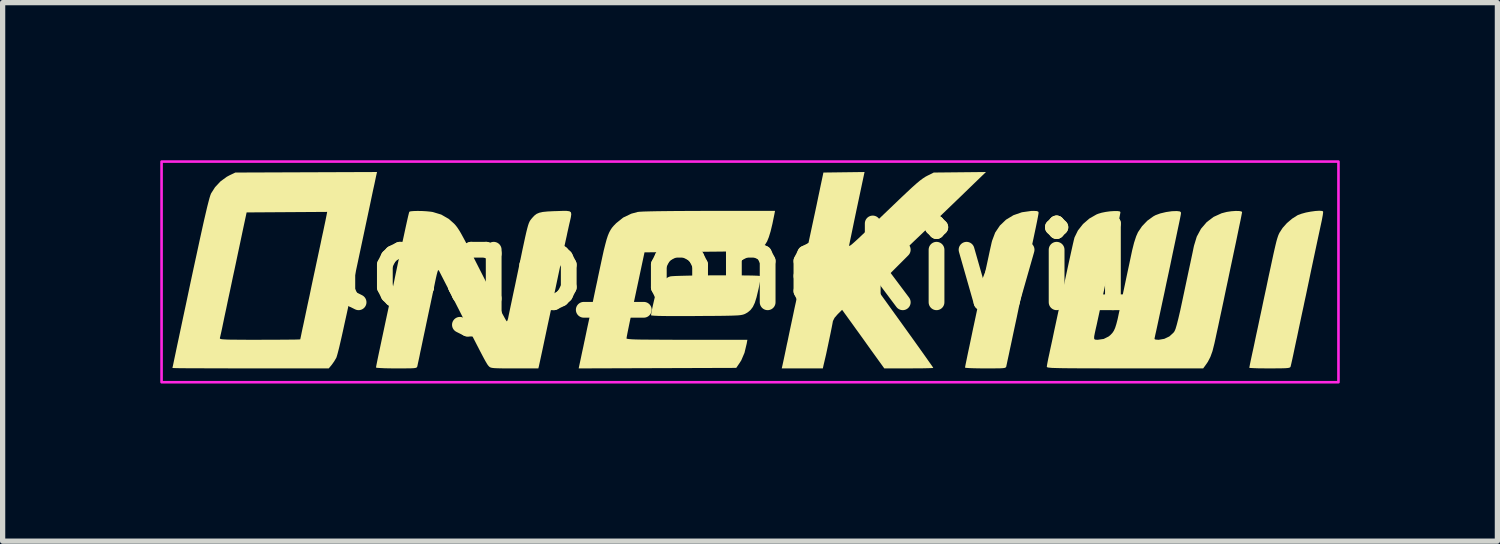
<source format=kicad_pcb>
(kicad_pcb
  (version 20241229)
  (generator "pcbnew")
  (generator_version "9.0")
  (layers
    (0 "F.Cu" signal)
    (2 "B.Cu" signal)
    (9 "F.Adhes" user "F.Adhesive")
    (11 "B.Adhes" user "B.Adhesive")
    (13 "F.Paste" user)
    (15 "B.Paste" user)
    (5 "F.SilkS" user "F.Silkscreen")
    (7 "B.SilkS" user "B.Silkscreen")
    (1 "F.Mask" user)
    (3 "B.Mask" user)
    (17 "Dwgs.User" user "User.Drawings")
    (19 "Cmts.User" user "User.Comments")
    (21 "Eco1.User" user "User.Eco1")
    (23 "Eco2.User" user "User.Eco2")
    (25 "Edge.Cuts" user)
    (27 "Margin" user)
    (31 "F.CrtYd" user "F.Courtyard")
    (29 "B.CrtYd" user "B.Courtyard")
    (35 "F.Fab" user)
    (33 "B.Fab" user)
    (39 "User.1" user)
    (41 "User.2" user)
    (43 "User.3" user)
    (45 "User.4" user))
  (footprint "logo_onekiwi1"
    (layer "F.Cu")
    (at 11.025 2.025)
    (property "Reference" "logo_onekiwi1" (at 0 0 0) (layer "F.SilkS") (effects (font (size 1.5 1.5) (thickness 0.3))))
    (fp_poly (pts (xy -0.103 0.166) (xy 0.037 0.167) (xy 0.162 0.168) (xy 0.266 0.17) (xy 0.344 0.173) (xy 0.392 0.177) (xy 0.405 0.18) (xy 0.404 0.203) (xy 0.395 0.257) (xy 0.381 0.334) (xy 0.362 0.426) (xy 0.357 0.446) (xy 0.324 0.584) (xy 0.291 0.689) (xy 0.254 0.767) (xy 0.21 0.825) (xy 0.156 0.87) (xy 0.122 0.89) (xy 0.101 0.901) (xy 0.08 0.909) (xy 0.055 0.916) (xy 0.023 0.922) (xy -0.021 0.927) (xy -0.081 0.93) (xy -0.159 0.933) (xy -0.26 0.935) (xy -0.387 0.937) (xy -0.544 0.938) (xy -0.735 0.939) (xy -0.822 0.94) (xy -1.059 0.941) (xy -1.256 0.941) (xy -1.416 0.94) (xy -1.538 0.938) (xy -1.623 0.934) (xy -1.671 0.93) (xy -1.684 0.925) (xy -1.679 0.888) (xy -1.667 0.824) (xy -1.649 0.74) (xy -1.628 0.648) (xy -1.606 0.556) (xy -1.585 0.474) (xy -1.568 0.411) (xy -1.556 0.378) (xy -1.506 0.31) (xy -1.434 0.246) (xy -1.354 0.199) (xy -1.319 0.186) (xy -1.285 0.182) (xy -1.219 0.178) (xy -1.125 0.175) (xy -1.009 0.172) (xy -0.874 0.169) (xy -0.727 0.168) (xy -0.571 0.166) (xy -0.412 0.165) (xy -0.254 0.165)) (stroke (width 0) (type solid)) (fill yes) (layer "F.SilkS"))
    (fp_poly (pts (xy 5.657 -1.058) (xy 5.685 -1.048) (xy 5.693 -1.028) (xy 5.693 -1.027) (xy 5.689 -0.999) (xy 5.678 -0.938) (xy 5.661 -0.851) (xy 5.639 -0.744) (xy 5.613 -0.621) (xy 5.595 -0.535) (xy 5.566 -0.401) (xy 5.531 -0.237) (xy 5.492 -0.054) (xy 5.451 0.141) (xy 5.409 0.339) (xy 5.369 0.529) (xy 5.351 0.613) (xy 5.314 0.786) (xy 5.278 0.96) (xy 5.242 1.127) (xy 5.209 1.281) (xy 5.181 1.415) (xy 5.158 1.522) (xy 5.146 1.577) (xy 5.125 1.678) (xy 5.105 1.769) (xy 5.09 1.841) (xy 5.08 1.886) (xy 5.079 1.893) (xy 5.075 1.908) (xy 5.066 1.919) (xy 5.048 1.927) (xy 5.016 1.932) (xy 4.964 1.935) (xy 4.886 1.936) (xy 4.779 1.937) (xy 4.681 1.937) (xy 4.562 1.936) (xy 4.459 1.934) (xy 4.375 1.931) (xy 4.318 1.927) (xy 4.292 1.922) (xy 4.292 1.921) (xy 4.296 1.899) (xy 4.307 1.843) (xy 4.325 1.756) (xy 4.348 1.644) (xy 4.377 1.509) (xy 4.409 1.356) (xy 4.444 1.188) (xy 4.482 1.011) (xy 4.521 0.827) (xy 4.561 0.64) (xy 4.601 0.455) (xy 4.639 0.276) (xy 4.676 0.106) (xy 4.71 -0.051) (xy 4.74 -0.19) (xy 4.765 -0.308) (xy 4.786 -0.401) (xy 4.8 -0.464) (xy 4.807 -0.491) (xy 4.866 -0.648) (xy 4.956 -0.782) (xy 5.073 -0.894) (xy 5.214 -0.979) (xy 5.375 -1.035) (xy 5.553 -1.06) (xy 5.598 -1.061)) (stroke (width 0) (type solid)) (fill yes) (layer "F.SilkS"))
    (fp_poly (pts (xy 11.088 -1.06) (xy 11.107 -1.051) (xy 11.108 -1.029) (xy 11.101 -0.978) (xy 11.088 -0.907) (xy 11.081 -0.871) (xy 11.017 -0.574) (xy 10.961 -0.312) (xy 10.912 -0.081) (xy 10.87 0.117) (xy 10.843 0.248) (xy 10.811 0.399) (xy 10.78 0.548) (xy 10.755 0.662) (xy 10.734 0.763) (xy 10.706 0.892) (xy 10.675 1.039) (xy 10.642 1.194) (xy 10.61 1.348) (xy 10.598 1.401) (xy 10.57 1.533) (xy 10.545 1.652) (xy 10.523 1.755) (xy 10.505 1.835) (xy 10.493 1.886) (xy 10.489 1.903) (xy 10.482 1.914) (xy 10.467 1.923) (xy 10.439 1.929) (xy 10.392 1.933) (xy 10.321 1.935) (xy 10.221 1.936) (xy 10.091 1.937) (xy 9.972 1.936) (xy 9.869 1.935) (xy 9.786 1.932) (xy 9.728 1.929) (xy 9.703 1.926) (xy 9.703 1.925) (xy 9.707 1.903) (xy 9.717 1.851) (xy 9.733 1.774) (xy 9.753 1.681) (xy 9.76 1.648) (xy 9.778 1.567) (xy 9.802 1.454) (xy 9.831 1.315) (xy 9.865 1.158) (xy 9.901 0.987) (xy 9.939 0.81) (xy 9.974 0.642) (xy 10.026 0.401) (xy 10.069 0.195) (xy 10.107 0.02) (xy 10.138 -0.125) (xy 10.164 -0.245) (xy 10.186 -0.342) (xy 10.204 -0.419) (xy 10.219 -0.48) (xy 10.232 -0.527) (xy 10.244 -0.564) (xy 10.254 -0.594) (xy 10.265 -0.619) (xy 10.276 -0.643) (xy 10.278 -0.646) (xy 10.337 -0.737) (xy 10.42 -0.83) (xy 10.518 -0.913) (xy 10.617 -0.976) (xy 10.629 -0.982) (xy 10.697 -1.007) (xy 10.781 -1.03) (xy 10.871 -1.047) (xy 10.959 -1.059) (xy 11.034 -1.064)) (stroke (width 0) (type solid)) (fill yes) (layer "F.SilkS"))
    (fp_poly (pts (xy 0.664 -0.998) (xy 0.627 -0.817) (xy 0.592 -0.672) (xy 0.558 -0.561) (xy 0.525 -0.48) (xy 0.492 -0.426) (xy 0.489 -0.423) (xy 0.465 -0.396) (xy 0.443 -0.373) (xy 0.419 -0.353) (xy 0.391 -0.337) (xy 0.354 -0.324) (xy 0.306 -0.313) (xy 0.244 -0.305) (xy 0.164 -0.299) (xy 0.063 -0.294) (xy -0.061 -0.291) (xy -0.214 -0.288) (xy -0.396 -0.286) (xy -0.613 -0.284) (xy -0.758 -0.282) (xy -1.808 -0.272) (xy -1.862 -0.019) (xy -1.922 0.264) (xy -1.975 0.512) (xy -2.02 0.724) (xy -2.058 0.903) (xy -2.089 1.05) (xy -2.113 1.167) (xy -2.131 1.256) (xy -2.143 1.318) (xy -2.149 1.354) (xy -2.151 1.365) (xy -2.146 1.371) (xy -2.129 1.375) (xy -2.097 1.379) (xy -2.047 1.383) (xy -1.978 1.386) (xy -1.886 1.388) (xy -1.768 1.389) (xy -1.622 1.39) (xy -1.445 1.391) (xy -1.235 1.392) (xy -1 1.392) (xy 0.15 1.392) (xy 0.137 1.465) (xy 0.095 1.64) (xy 0.034 1.783) (xy 0.003 1.832) (xy -0.062 1.927) (xy -1.562 1.932) (xy -3.061 1.937) (xy -3.033 1.805) (xy -3.018 1.735) (xy -2.998 1.639) (xy -2.974 1.529) (xy -2.951 1.418) (xy -2.949 1.411) (xy -2.925 1.296) (xy -2.896 1.157) (xy -2.864 1.01) (xy -2.834 0.869) (xy -2.823 0.817) (xy -2.794 0.681) (xy -2.763 0.532) (xy -2.732 0.385) (xy -2.704 0.256) (xy -2.696 0.214) (xy -2.652 0.008) (xy -2.615 -0.165) (xy -2.584 -0.307) (xy -2.555 -0.422) (xy -2.53 -0.515) (xy -2.506 -0.589) (xy -2.481 -0.649) (xy -2.455 -0.698) (xy -2.427 -0.74) (xy -2.394 -0.779) (xy -2.356 -0.818) (xy -2.346 -0.828) (xy -2.214 -0.934) (xy -2.059 -1.008) (xy -1.937 -1.041) (xy -1.896 -1.045) (xy -1.819 -1.049) (xy -1.707 -1.052) (xy -1.563 -1.055) (xy -1.39 -1.057) (xy -1.189 -1.059) (xy -0.964 -1.06) (xy -0.717 -1.061) (xy -0.579 -1.061) (xy 0.676 -1.061)) (stroke (width 0) (type solid)) (fill yes) (layer "F.SilkS"))
    (fp_poly (pts (xy 2.323 -1.533) (xy 2.27 -1.283) (xy 2.223 -1.062) (xy 2.183 -0.871) (xy 2.15 -0.711) (xy 2.124 -0.586) (xy 2.105 -0.495) (xy 2.094 -0.44) (xy 2.092 -0.433) (xy 2.089 -0.418) (xy 2.087 -0.405) (xy 2.087 -0.397) (xy 2.092 -0.394) (xy 2.104 -0.4) (xy 2.125 -0.414) (xy 2.156 -0.44) (xy 2.2 -0.479) (xy 2.258 -0.532) (xy 2.332 -0.602) (xy 2.425 -0.69) (xy 2.537 -0.797) (xy 2.672 -0.926) (xy 2.831 -1.078) (xy 3.016 -1.255) (xy 3.046 -1.284) (xy 3.174 -1.405) (xy 3.278 -1.502) (xy 3.363 -1.578) (xy 3.432 -1.636) (xy 3.49 -1.679) (xy 3.539 -1.711) (xy 3.571 -1.728) (xy 3.697 -1.791) (xy 4.194 -1.796) (xy 4.691 -1.801) (xy 4.525 -1.641) (xy 4.212 -1.338) (xy 3.871 -1.01) (xy 3.501 -0.656) (xy 3.446 -0.603) (xy 3.324 -0.487) (xy 3.196 -0.364) (xy 3.069 -0.241) (xy 2.949 -0.126) (xy 2.845 -0.026) (xy 2.779 0.039) (xy 2.519 0.292) (xy 2.701 0.545) (xy 2.883 0.798) (xy 3.049 1.028) (xy 3.197 1.234) (xy 3.327 1.415) (xy 3.438 1.571) (xy 3.53 1.7) (xy 3.601 1.801) (xy 3.652 1.873) (xy 3.681 1.915) (xy 3.688 1.927) (xy 3.67 1.93) (xy 3.618 1.932) (xy 3.537 1.934) (xy 3.434 1.936) (xy 3.313 1.936) (xy 3.222 1.937) (xy 2.756 1.937) (xy 2.575 1.686) (xy 2.502 1.585) (xy 2.427 1.48) (xy 2.358 1.383) (xy 2.301 1.304) (xy 2.287 1.284) (xy 2.223 1.196) (xy 2.15 1.094) (xy 2.081 0.999) (xy 2.066 0.978) (xy 1.953 0.822) (xy 1.869 0.905) (xy 1.809 0.974) (xy 1.778 1.036) (xy 1.776 1.048) (xy 1.768 1.091) (xy 1.754 1.163) (xy 1.735 1.257) (xy 1.713 1.362) (xy 1.69 1.471) (xy 1.668 1.575) (xy 1.649 1.665) (xy 1.633 1.734) (xy 1.627 1.759) (xy 1.612 1.823) (xy 1.598 1.881) (xy 1.598 1.883) (xy 1.586 1.937) (xy 1.195 1.937) (xy 0.804 1.937) (xy 0.814 1.893) (xy 0.821 1.862) (xy 0.835 1.798) (xy 0.854 1.709) (xy 0.877 1.6) (xy 0.902 1.478) (xy 0.915 1.421) (xy 0.944 1.28) (xy 0.974 1.138) (xy 1.003 1.002) (xy 1.028 0.884) (xy 1.047 0.792) (xy 1.05 0.779) (xy 1.073 0.675) (xy 1.099 0.55) (xy 1.128 0.416) (xy 1.154 0.291) (xy 1.156 0.282) (xy 1.208 0.04) (xy 1.262 -0.214) (xy 1.316 -0.466) (xy 1.367 -0.705) (xy 1.412 -0.915) (xy 1.439 -1.04) (xy 1.47 -1.186) (xy 1.501 -1.336) (xy 1.53 -1.473) (xy 1.533 -1.489) (xy 1.597 -1.791) (xy 1.988 -1.796) (xy 2.38 -1.801)) (stroke (width 0) (type solid)) (fill yes) (layer "F.SilkS"))
    (fp_poly (pts (xy -6.909 -1.757) (xy -6.916 -1.727) (xy -6.929 -1.665) (xy -6.948 -1.574) (xy -6.973 -1.461) (xy -7.001 -1.329) (xy -7.031 -1.185) (xy -7.045 -1.119) (xy -7.128 -0.729) (xy -7.203 -0.376) (xy -7.271 -0.057) (xy -7.332 0.229) (xy -7.387 0.484) (xy -7.435 0.709) (xy -7.478 0.907) (xy -7.516 1.078) (xy -7.548 1.226) (xy -7.576 1.351) (xy -7.6 1.455) (xy -7.62 1.54) (xy -7.637 1.607) (xy -7.651 1.66) (xy -7.662 1.698) (xy -7.67 1.724) (xy -7.676 1.738) (xy -7.715 1.804) (xy -7.759 1.866) (xy -7.767 1.876) (xy -7.818 1.937) (xy -9.305 1.937) (xy -9.542 1.937) (xy -9.767 1.936) (xy -9.978 1.936) (xy -10.171 1.935) (xy -10.343 1.934) (xy -10.492 1.934) (xy -10.614 1.933) (xy -10.707 1.932) (xy -10.767 1.93) (xy -10.792 1.929) (xy -10.793 1.929) (xy -10.789 1.909) (xy -10.777 1.854) (xy -10.759 1.767) (xy -10.734 1.649) (xy -10.704 1.505) (xy -10.674 1.366) (xy -9.89 1.366) (xy -9.884 1.373) (xy -9.868 1.379) (xy -9.838 1.383) (xy -9.792 1.386) (xy -9.724 1.389) (xy -9.633 1.39) (xy -9.513 1.391) (xy -9.363 1.392) (xy -9.178 1.392) (xy -9.13 1.392) (xy -8.961 1.391) (xy -8.805 1.391) (xy -8.666 1.39) (xy -8.548 1.389) (xy -8.455 1.388) (xy -8.391 1.386) (xy -8.361 1.384) (xy -8.36 1.384) (xy -8.356 1.363) (xy -8.345 1.312) (xy -8.33 1.238) (xy -8.311 1.148) (xy -8.31 1.146) (xy -8.291 1.057) (xy -8.27 0.958) (xy -8.246 0.844) (xy -8.218 0.711) (xy -8.184 0.555) (xy -8.146 0.371) (xy -8.1 0.155) (xy -8.077 0.049) (xy -8.057 -0.046) (xy -8.031 -0.167) (xy -8.002 -0.303) (xy -7.972 -0.443) (xy -7.951 -0.545) (xy -7.925 -0.664) (xy -7.902 -0.774) (xy -7.882 -0.868) (xy -7.868 -0.938) (xy -7.86 -0.978) (xy -7.86 -0.978) (xy -7.848 -1.042) (xy -8.615 -1.037) (xy -9.381 -1.032) (xy -9.454 -0.691) (xy -9.502 -0.462) (xy -9.544 -0.265) (xy -9.58 -0.094) (xy -9.612 0.057) (xy -9.642 0.195) (xy -9.669 0.324) (xy -9.696 0.452) (xy -9.712 0.526) (xy -9.74 0.657) (xy -9.769 0.797) (xy -9.798 0.931) (xy -9.822 1.047) (xy -9.831 1.09) (xy -9.85 1.183) (xy -9.868 1.265) (xy -9.882 1.326) (xy -9.89 1.358) (xy -9.89 1.366) (xy -10.674 1.366) (xy -10.668 1.337) (xy -10.628 1.148) (xy -10.584 0.94) (xy -10.536 0.716) (xy -10.486 0.479) (xy -10.452 0.318) (xy -10.386 0.01) (xy -10.327 -0.261) (xy -10.276 -0.498) (xy -10.231 -0.703) (xy -10.192 -0.878) (xy -10.158 -1.024) (xy -10.13 -1.143) (xy -10.106 -1.237) (xy -10.087 -1.308) (xy -10.071 -1.359) (xy -10.059 -1.39) (xy -10.059 -1.391) (xy -9.982 -1.512) (xy -9.879 -1.622) (xy -9.761 -1.709) (xy -9.707 -1.738) (xy -9.596 -1.791) (xy -8.247 -1.796) (xy -6.899 -1.801)) (stroke (width 0) (type solid)) (fill yes) (layer "F.SilkS"))
    (fp_poly (pts (xy -3.237 -1.054) (xy -3.209 -1.035) (xy -3.202 -0.998) (xy -3.21 -0.94) (xy -3.229 -0.856) (xy -3.24 -0.81) (xy -3.25 -0.765) (xy -3.261 -0.714) (xy -3.274 -0.657) (xy -3.288 -0.589) (xy -3.306 -0.508) (xy -3.327 -0.412) (xy -3.351 -0.296) (xy -3.38 -0.16) (xy -3.415 0.001) (xy -3.455 0.189) (xy -3.501 0.407) (xy -3.554 0.658) (xy -3.61 0.923) (xy -3.65 1.108) (xy -3.687 1.283) (xy -3.721 1.443) (xy -3.751 1.585) (xy -3.777 1.705) (xy -3.797 1.798) (xy -3.811 1.861) (xy -3.817 1.891) (xy -3.817 1.891) (xy -3.829 1.937) (xy -4.281 1.937) (xy -4.425 1.937) (xy -4.535 1.936) (xy -4.616 1.934) (xy -4.674 1.931) (xy -4.713 1.926) (xy -4.739 1.919) (xy -4.757 1.909) (xy -4.771 1.896) (xy -4.773 1.893) (xy -4.785 1.88) (xy -4.798 1.862) (xy -4.814 1.836) (xy -4.835 1.8) (xy -4.862 1.751) (xy -4.896 1.687) (xy -4.939 1.605) (xy -4.992 1.502) (xy -5.057 1.376) (xy -5.135 1.224) (xy -5.227 1.044) (xy -5.334 0.832) (xy -5.381 0.74) (xy -5.457 0.591) (xy -5.526 0.454) (xy -5.589 0.332) (xy -5.642 0.229) (xy -5.683 0.149) (xy -5.711 0.094) (xy -5.724 0.071) (xy -5.725 0.07) (xy -5.732 0.066) (xy -5.74 0.075) (xy -5.749 0.101) (xy -5.762 0.149) (xy -5.779 0.223) (xy -5.801 0.328) (xy -5.818 0.409) (xy -5.848 0.552) (xy -5.882 0.713) (xy -5.917 0.877) (xy -5.948 1.024) (xy -5.956 1.061) (xy -5.983 1.191) (xy -6.013 1.331) (xy -6.041 1.465) (xy -6.065 1.58) (xy -6.073 1.615) (xy -6.092 1.71) (xy -6.11 1.794) (xy -6.124 1.858) (xy -6.131 1.893) (xy -6.136 1.908) (xy -6.144 1.919) (xy -6.163 1.927) (xy -6.195 1.932) (xy -6.248 1.935) (xy -6.325 1.936) (xy -6.433 1.937) (xy -6.53 1.937) (xy -6.649 1.936) (xy -6.752 1.934) (xy -6.836 1.93) (xy -6.893 1.926) (xy -6.919 1.921) (xy -6.919 1.92) (xy -6.915 1.897) (xy -6.904 1.841) (xy -6.887 1.756) (xy -6.864 1.646) (xy -6.836 1.515) (xy -6.805 1.368) (xy -6.772 1.214) (xy -6.735 1.039) (xy -6.697 0.862) (xy -6.66 0.689) (xy -6.626 0.528) (xy -6.596 0.386) (xy -6.571 0.27) (xy -6.56 0.214) (xy -6.512 -0.015) (xy -6.466 -0.228) (xy -6.425 -0.423) (xy -6.387 -0.596) (xy -6.355 -0.745) (xy -6.328 -0.867) (xy -6.307 -0.96) (xy -6.292 -1.019) (xy -6.285 -1.044) (xy -6.285 -1.044) (xy -6.26 -1.053) (xy -6.206 -1.058) (xy -6.132 -1.06) (xy -6.047 -1.059) (xy -5.959 -1.054) (xy -5.879 -1.046) (xy -5.839 -1.04) (xy -5.677 -0.991) (xy -5.533 -0.908) (xy -5.434 -0.82) (xy -5.413 -0.798) (xy -5.394 -0.775) (xy -5.373 -0.748) (xy -5.351 -0.715) (xy -5.324 -0.673) (xy -5.293 -0.619) (xy -5.256 -0.551) (xy -5.211 -0.467) (xy -5.157 -0.363) (xy -5.092 -0.237) (xy -5.016 -0.087) (xy -4.926 0.09) (xy -4.821 0.296) (xy -4.701 0.535) (xy -4.698 0.54) (xy -4.633 0.668) (xy -4.573 0.784) (xy -4.52 0.884) (xy -4.477 0.963) (xy -4.447 1.016) (xy -4.431 1.04) (xy -4.429 1.041) (xy -4.416 1.024) (xy -4.404 0.983) (xy -4.403 0.978) (xy -4.395 0.937) (xy -4.38 0.866) (xy -4.361 0.774) (xy -4.339 0.671) (xy -4.331 0.633) (xy -4.303 0.5) (xy -4.271 0.351) (xy -4.24 0.202) (xy -4.214 0.078) (xy -4.17 -0.132) (xy -4.134 -0.307) (xy -4.103 -0.451) (xy -4.078 -0.567) (xy -4.057 -0.659) (xy -4.039 -0.731) (xy -4.024 -0.785) (xy -4.01 -0.826) (xy -3.997 -0.856) (xy -3.983 -0.88) (xy -3.968 -0.9) (xy -3.951 -0.921) (xy -3.945 -0.928) (xy -3.905 -0.971) (xy -3.862 -1.004) (xy -3.81 -1.026) (xy -3.743 -1.041) (xy -3.653 -1.05) (xy -3.533 -1.056) (xy -3.489 -1.057) (xy -3.372 -1.061) (xy -3.29 -1.061)) (stroke (width 0) (type solid)) (fill yes) (layer "F.SilkS"))
    (fp_poly (pts (xy 9.508 -1.059) (xy 9.552 -1.051) (xy 9.566 -1.039) (xy 9.562 -1.017) (xy 9.551 -0.96) (xy 9.534 -0.874) (xy 9.51 -0.761) (xy 9.482 -0.625) (xy 9.45 -0.47) (xy 9.414 -0.301) (xy 9.376 -0.12) (xy 9.336 0.068) (xy 9.296 0.26) (xy 9.255 0.451) (xy 9.216 0.639) (xy 9.178 0.818) (xy 9.142 0.985) (xy 9.11 1.136) (xy 9.081 1.268) (xy 9.058 1.376) (xy 9.04 1.458) (xy 9.037 1.47) (xy 9.002 1.609) (xy 8.962 1.719) (xy 8.914 1.812) (xy 8.872 1.873) (xy 8.825 1.937) (xy 7.337 1.937) (xy 7.06 1.937) (xy 6.819 1.936) (xy 6.612 1.936) (xy 6.437 1.935) (xy 6.29 1.934) (xy 6.17 1.933) (xy 6.074 1.931) (xy 5.998 1.929) (xy 5.941 1.927) (xy 5.901 1.923) (xy 5.874 1.92) (xy 5.858 1.915) (xy 5.85 1.91) (xy 5.849 1.905) (xy 5.853 1.874) (xy 5.864 1.814) (xy 5.88 1.734) (xy 5.897 1.657) (xy 5.91 1.594) (xy 5.931 1.498) (xy 5.958 1.374) (xy 5.989 1.225) (xy 6.025 1.058) (xy 6.064 0.876) (xy 6.105 0.684) (xy 6.146 0.488) (xy 6.149 0.477) (xy 6.189 0.287) (xy 6.228 0.106) (xy 6.264 -0.061) (xy 6.297 -0.21) (xy 6.325 -0.337) (xy 6.348 -0.439) (xy 6.365 -0.512) (xy 6.375 -0.551) (xy 6.376 -0.555) (xy 6.441 -0.688) (xy 6.538 -0.811) (xy 6.658 -0.915) (xy 6.794 -0.993) (xy 6.826 -1.006) (xy 6.892 -1.026) (xy 6.972 -1.042) (xy 7.054 -1.053) (xy 7.132 -1.058) (xy 7.196 -1.058) (xy 7.238 -1.051) (xy 7.25 -1.039) (xy 7.246 -1.009) (xy 7.235 -0.951) (xy 7.22 -0.875) (xy 7.212 -0.837) (xy 7.193 -0.747) (xy 7.167 -0.628) (xy 7.136 -0.484) (xy 7.102 -0.324) (xy 7.066 -0.153) (xy 7.029 0.023) (xy 6.992 0.196) (xy 6.957 0.36) (xy 6.925 0.509) (xy 6.899 0.636) (xy 6.878 0.734) (xy 6.871 0.769) (xy 6.847 0.881) (xy 6.821 1.001) (xy 6.797 1.112) (xy 6.784 1.168) (xy 6.763 1.263) (xy 6.751 1.326) (xy 6.749 1.365) (xy 6.758 1.384) (xy 6.78 1.391) (xy 6.815 1.392) (xy 6.821 1.392) (xy 6.932 1.376) (xy 7.026 1.329) (xy 7.063 1.298) (xy 7.097 1.262) (xy 7.125 1.22) (xy 7.149 1.167) (xy 7.172 1.095) (xy 7.197 0.999) (xy 7.224 0.871) (xy 7.231 0.84) (xy 7.253 0.731) (xy 7.278 0.613) (xy 7.305 0.482) (xy 7.337 0.333) (xy 7.373 0.161) (xy 7.416 -0.039) (xy 7.465 -0.271) (xy 7.473 -0.309) (xy 7.51 -0.456) (xy 7.55 -0.578) (xy 7.584 -0.655) (xy 7.662 -0.77) (xy 7.763 -0.875) (xy 7.875 -0.956) (xy 7.919 -0.98) (xy 8.009 -1.013) (xy 8.119 -1.039) (xy 8.23 -1.055) (xy 8.325 -1.058) (xy 8.332 -1.057) (xy 8.381 -1.051) (xy 8.401 -1.036) (xy 8.402 -1.007) (xy 8.401 -1.002) (xy 8.396 -0.974) (xy 8.384 -0.912) (xy 8.365 -0.82) (xy 8.34 -0.703) (xy 8.311 -0.564) (xy 8.278 -0.408) (xy 8.242 -0.238) (xy 8.205 -0.059) (xy 8.166 0.125) (xy 8.126 0.31) (xy 8.088 0.492) (xy 8.05 0.668) (xy 8.015 0.832) (xy 7.983 0.981) (xy 7.955 1.111) (xy 7.932 1.218) (xy 7.914 1.297) (xy 7.904 1.345) (xy 7.901 1.358) (xy 7.899 1.378) (xy 7.919 1.388) (xy 7.967 1.392) (xy 7.982 1.392) (xy 8.085 1.374) (xy 8.182 1.328) (xy 8.259 1.258) (xy 8.28 1.229) (xy 8.299 1.185) (xy 8.323 1.104) (xy 8.353 0.987) (xy 8.388 0.837) (xy 8.427 0.655) (xy 8.428 0.65) (xy 8.46 0.5) (xy 8.492 0.349) (xy 8.522 0.207) (xy 8.549 0.08) (xy 8.571 -0.022) (xy 8.583 -0.078) (xy 8.604 -0.178) (xy 8.625 -0.276) (xy 8.642 -0.36) (xy 8.651 -0.4) (xy 8.703 -0.571) (xy 8.784 -0.721) (xy 8.893 -0.848) (xy 9.024 -0.947) (xy 9.176 -1.016) (xy 9.272 -1.041) (xy 9.359 -1.054) (xy 9.441 -1.06)) (stroke (width 0) (type solid)) (fill yes) (layer "F.SilkS"))
    (fp_rect (start -11 -2) (end 11.4 2.2) (stroke (width 0.05) (type solid)) (fill no) (layer "F.CrtYd")))
  (gr_rect
    (start -3 -3)
    (end 25.45 7.25)
    (stroke (width 0.1) (type default))
    (fill no)
    (layer "Edge.Cuts")))
</source>
